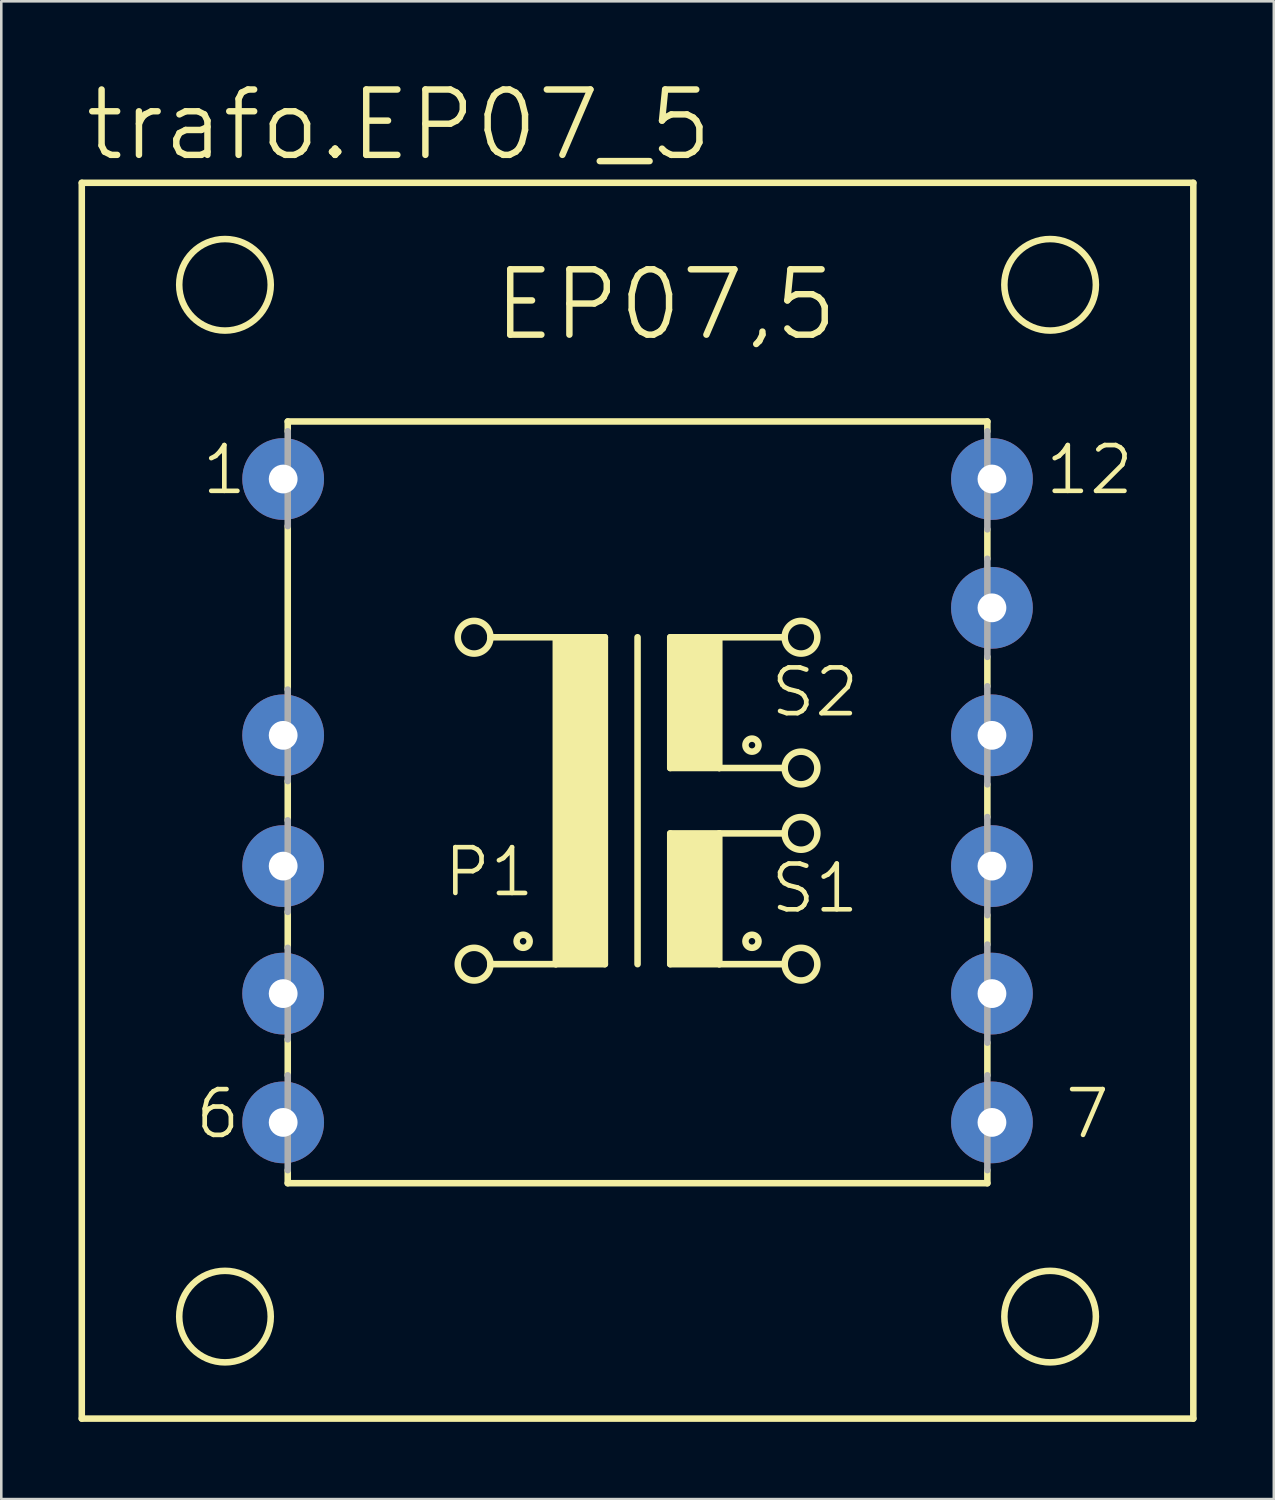
<source format=kicad_pcb>
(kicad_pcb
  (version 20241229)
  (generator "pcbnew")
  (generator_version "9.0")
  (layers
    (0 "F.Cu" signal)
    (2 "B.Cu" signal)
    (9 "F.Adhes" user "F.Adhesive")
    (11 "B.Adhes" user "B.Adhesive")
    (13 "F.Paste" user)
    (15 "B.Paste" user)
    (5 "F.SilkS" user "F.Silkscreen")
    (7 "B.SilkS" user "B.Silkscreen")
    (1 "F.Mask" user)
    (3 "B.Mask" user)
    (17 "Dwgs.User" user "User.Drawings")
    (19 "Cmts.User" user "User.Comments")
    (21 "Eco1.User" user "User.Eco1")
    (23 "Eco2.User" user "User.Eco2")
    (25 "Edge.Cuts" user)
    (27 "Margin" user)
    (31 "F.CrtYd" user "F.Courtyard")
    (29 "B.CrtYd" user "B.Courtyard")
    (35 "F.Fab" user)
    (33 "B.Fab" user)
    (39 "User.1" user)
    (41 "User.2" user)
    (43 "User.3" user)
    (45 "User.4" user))
  (footprint "trafo.EP07_5"
    (layer "F.Cu")
    (at 21.717 28.055)
    (property "Reference" "trafo.EP07_5" (at -21.59 -24.765 0) (layer "F.SilkS") (effects (font (size 2.54 2.54) (thickness 0.25)) (justify left bottom)))
    (attr through_hole)
    (fp_line (start -21.59 24.003) (end -21.59 -24.003) (stroke (width 0.254) (type default)) (layer "F.SilkS"))
    (fp_line (start -21.59 24.003) (end 21.59 24.003) (stroke (width 0.254) (type default)) (layer "F.SilkS"))
    (fp_line (start -13.589 -14.732) (end -13.589 -14.351) (stroke (width 0.254) (type default)) (layer "F.SilkS"))
    (fp_line (start -13.589 -14.732) (end 13.589 -14.732) (stroke (width 0.254) (type default)) (layer "F.SilkS"))
    (fp_line (start -13.589 -10.668) (end -13.589 -4.318) (stroke (width 0.254) (type default)) (layer "F.SilkS"))
    (fp_line (start -13.589 -0.762) (end -13.589 0.762) (stroke (width 0.254) (type default)) (layer "F.SilkS"))
    (fp_line (start -13.589 4.318) (end -13.589 5.715) (stroke (width 0.254) (type default)) (layer "F.SilkS"))
    (fp_line (start -13.589 9.271) (end -13.589 10.668) (stroke (width 0.254) (type default)) (layer "F.SilkS"))
    (fp_line (start -13.589 14.351) (end -13.589 14.859) (stroke (width 0.254) (type default)) (layer "F.SilkS"))
    (fp_line (start -5.715 -6.35) (end -3.175 -6.35) (stroke (width 0.254) (type default)) (layer "F.SilkS"))
    (fp_line (start -3.175 -6.35) (end -3.175 6.35) (stroke (width 0.254) (type default)) (layer "F.SilkS"))
    (fp_line (start -3.175 -6.35) (end -1.27 -6.35) (stroke (width 0.254) (type default)) (layer "F.SilkS"))
    (fp_line (start -3.175 6.35) (end -5.715 6.35) (stroke (width 0.254) (type default)) (layer "F.SilkS"))
    (fp_line (start -1.27 -6.35) (end -1.27 6.35) (stroke (width 0.254) (type default)) (layer "F.SilkS"))
    (fp_line (start -1.27 6.35) (end -3.175 6.35) (stroke (width 0.254) (type default)) (layer "F.SilkS"))
    (fp_line (start 0 -6.35) (end 0 6.35) (stroke (width 0.254) (type default)) (layer "F.SilkS"))
    (fp_line (start 1.27 -6.35) (end 1.27 -1.27) (stroke (width 0.254) (type default)) (layer "F.SilkS"))
    (fp_line (start 1.27 -6.35) (end 3.175 -6.35) (stroke (width 0.254) (type default)) (layer "F.SilkS"))
    (fp_line (start 1.27 -1.27) (end 3.175 -1.27) (stroke (width 0.254) (type default)) (layer "F.SilkS"))
    (fp_line (start 1.27 1.27) (end 1.27 6.35) (stroke (width 0.254) (type default)) (layer "F.SilkS"))
    (fp_line (start 1.27 1.27) (end 3.175 1.27) (stroke (width 0.254) (type default)) (layer "F.SilkS"))
    (fp_line (start 1.27 6.35) (end 3.175 6.35) (stroke (width 0.254) (type default)) (layer "F.SilkS"))
    (fp_line (start 3.175 -6.35) (end 5.715 -6.35) (stroke (width 0.254) (type default)) (layer "F.SilkS"))
    (fp_line (start 3.175 -1.27) (end 3.175 -6.35) (stroke (width 0.254) (type default)) (layer "F.SilkS"))
    (fp_line (start 3.175 -1.27) (end 5.715 -1.27) (stroke (width 0.254) (type default)) (layer "F.SilkS"))
    (fp_line (start 3.175 1.27) (end 5.715 1.27) (stroke (width 0.254) (type default)) (layer "F.SilkS"))
    (fp_line (start 3.175 6.35) (end 3.175 1.27) (stroke (width 0.254) (type default)) (layer "F.SilkS"))
    (fp_line (start 3.175 6.35) (end 5.715 6.35) (stroke (width 0.254) (type default)) (layer "F.SilkS"))
    (fp_line (start 13.589 -14.351) (end 13.589 -14.732) (stroke (width 0.254) (type default)) (layer "F.SilkS"))
    (fp_line (start 13.589 -9.398) (end 13.589 -10.541) (stroke (width 0.254) (type default)) (layer "F.SilkS"))
    (fp_line (start 13.589 -4.445) (end 13.589 -5.588) (stroke (width 0.254) (type default)) (layer "F.SilkS"))
    (fp_line (start 13.589 0.635) (end 13.589 -0.635) (stroke (width 0.254) (type default)) (layer "F.SilkS"))
    (fp_line (start 13.589 5.588) (end 13.589 4.445) (stroke (width 0.254) (type default)) (layer "F.SilkS"))
    (fp_line (start 13.589 10.668) (end 13.589 9.398) (stroke (width 0.254) (type default)) (layer "F.SilkS"))
    (fp_line (start 13.589 14.859) (end -13.589 14.859) (stroke (width 0.254) (type default)) (layer "F.SilkS"))
    (fp_line (start 13.589 14.859) (end 13.589 14.351) (stroke (width 0.254) (type default)) (layer "F.SilkS"))
    (fp_line (start 21.59 -24.003) (end -21.59 -24.003) (stroke (width 0.254) (type default)) (layer "F.SilkS"))
    (fp_line (start 21.59 -24.003) (end 21.59 24.003) (stroke (width 0.254) (type default)) (layer "F.SilkS"))
    (fp_rect (start -3.175 6.35) (end -1.27 -6.35) (stroke (width 0.05) (type default)) (fill yes) (layer "F.SilkS"))
    (fp_rect (start 1.27 -1.27) (end 3.175 -6.35) (stroke (width 0.05) (type default)) (fill yes) (layer "F.SilkS"))
    (fp_rect (start 1.27 6.35) (end 3.175 1.27) (stroke (width 0.05) (type default)) (fill yes) (layer "F.SilkS"))
    (fp_circle (center -16.027 -20.041) (end -14.249 -20.041) (stroke (width 0.254) (type default)) (fill no) (layer "F.SilkS"))
    (fp_circle (center -16.027 20.041) (end -14.249 20.041) (stroke (width 0.254) (type default)) (fill no) (layer "F.SilkS"))
    (fp_circle (center -6.35 -6.35) (end -5.715 -6.35) (stroke (width 0.254) (type default)) (fill no) (layer "F.SilkS"))
    (fp_circle (center -6.35 6.35) (end -5.715 6.35) (stroke (width 0.254) (type default)) (fill no) (layer "F.SilkS"))
    (fp_circle (center -4.445 5.461) (end -4.191 5.461) (stroke (width 0.254) (type default)) (fill no) (layer "F.SilkS"))
    (fp_circle (center 4.445 -2.159) (end 4.699 -2.159) (stroke (width 0.254) (type default)) (fill no) (layer "F.SilkS"))
    (fp_circle (center 4.445 5.461) (end 4.699 5.461) (stroke (width 0.254) (type default)) (fill no) (layer "F.SilkS"))
    (fp_circle (center 6.35 -6.35) (end 6.985 -6.35) (stroke (width 0.254) (type default)) (fill no) (layer "F.SilkS"))
    (fp_circle (center 6.35 -1.27) (end 6.985 -1.27) (stroke (width 0.254) (type default)) (fill no) (layer "F.SilkS"))
    (fp_circle (center 6.35 1.27) (end 6.985 1.27) (stroke (width 0.254) (type default)) (fill no) (layer "F.SilkS"))
    (fp_circle (center 6.35 6.35) (end 6.985 6.35) (stroke (width 0.254) (type default)) (fill no) (layer "F.SilkS"))
    (fp_circle (center 16.027 -20.041) (end 17.805 -20.041) (stroke (width 0.254) (type default)) (fill no) (layer "F.SilkS"))
    (fp_circle (center 16.027 20.041) (end 17.805 20.041) (stroke (width 0.254) (type default)) (fill no) (layer "F.SilkS"))
    (fp_line (start -13.589 -10.668) (end -13.589 -14.351) (stroke (width 0.254) (type default)) (layer "F.Fab"))
    (fp_line (start -13.589 -0.762) (end -13.589 -4.318) (stroke (width 0.254) (type default)) (layer "F.Fab"))
    (fp_line (start -13.589 4.318) (end -13.589 0.762) (stroke (width 0.254) (type default)) (layer "F.Fab"))
    (fp_line (start -13.589 9.271) (end -13.589 5.715) (stroke (width 0.254) (type default)) (layer "F.Fab"))
    (fp_line (start -13.589 14.351) (end -13.589 10.668) (stroke (width 0.254) (type default)) (layer "F.Fab"))
    (fp_line (start 13.589 -14.351) (end 13.589 -10.541) (stroke (width 0.254) (type default)) (layer "F.Fab"))
    (fp_line (start 13.589 -9.398) (end 13.589 -5.588) (stroke (width 0.254) (type default)) (layer "F.Fab"))
    (fp_line (start 13.589 -4.445) (end 13.589 -0.635) (stroke (width 0.254) (type default)) (layer "F.Fab"))
    (fp_line (start 13.589 0.635) (end 13.589 4.445) (stroke (width 0.254) (type default)) (layer "F.Fab"))
    (fp_line (start 13.589 5.588) (end 13.589 9.398) (stroke (width 0.254) (type default)) (layer "F.Fab"))
    (fp_line (start 13.589 10.668) (end 13.589 14.351) (stroke (width 0.254) (type default)) (layer "F.Fab"))
    (fp_text user "S1" (at 5.08 4.445 0) (layer "F.SilkS") (effects (font (size 1.778 1.778) (thickness 0.18)) (justify left bottom)))
    (fp_text user "S2" (at 5.08 -3.175 0) (layer "F.SilkS") (effects (font (size 1.778 1.778) (thickness 0.18)) (justify left bottom)))
    (fp_text user "6" (at -17.272 13.208 0) (layer "F.SilkS") (effects (font (size 1.778 1.778) (thickness 0.18)) (justify left bottom)))
    (fp_text user "7" (at 16.51 13.208 0) (layer "F.SilkS") (effects (font (size 1.778 1.778) (thickness 0.18)) (justify left bottom)))
    (fp_text user "P1" (at -7.62 3.81 0) (layer "F.SilkS") (effects (font (size 1.778 1.778) (thickness 0.18)) (justify left bottom)))
    (fp_text user "1" (at -17.018 -11.811 0) (layer "F.SilkS") (effects (font (size 1.778 1.778) (thickness 0.18)) (justify left bottom)))
    (fp_text user "EP07,5" (at -5.715 -17.78 0) (layer "F.SilkS") (effects (font (size 2.54 2.54) (thickness 0.25)) (justify left bottom)))
    (fp_text user "12" (at 15.748 -11.811 0) (layer "F.SilkS") (effects (font (size 1.778 1.778) (thickness 0.18)) (justify left bottom)))
    (pad "1" thru_hole circle (at -13.767 -12.497) (size 3.175 3.175) (drill 1.118) (layers "*.Cu" "*.Mask"))
    (pad "3" thru_hole circle (at -13.767 -2.54) (size 3.175 3.175) (drill 1.118) (layers "*.Cu" "*.Mask"))
    (pad "4" thru_hole circle (at -13.767 2.54) (size 3.175 3.175) (drill 1.118) (layers "*.Cu" "*.Mask"))
    (pad "5" thru_hole circle (at -13.767 7.493) (size 3.175 3.175) (drill 1.118) (layers "*.Cu" "*.Mask"))
    (pad "6" thru_hole circle (at -13.767 12.497) (size 3.175 3.175) (drill 1.118) (layers "*.Cu" "*.Mask"))
    (pad "7" thru_hole circle (at 13.767 12.497) (size 3.175 3.175) (drill 1.118) (layers "*.Cu" "*.Mask"))
    (pad "8" thru_hole circle (at 13.767 7.493) (size 3.175 3.175) (drill 1.118) (layers "*.Cu" "*.Mask"))
    (pad "9" thru_hole circle (at 13.767 2.54) (size 3.175 3.175) (drill 1.118) (layers "*.Cu" "*.Mask"))
    (pad "10" thru_hole circle (at 13.767 -2.54) (size 3.175 3.175) (drill 1.118) (layers "*.Cu" "*.Mask"))
    (pad "11" thru_hole circle (at 13.767 -7.493) (size 3.175 3.175) (drill 1.118) (layers "*.Cu" "*.Mask"))
    (pad "12" thru_hole circle (at 13.767 -12.497) (size 3.175 3.175) (drill 1.118) (layers "*.Cu" "*.Mask")))
  (gr_rect
    (start -3 -3)
    (end 46.434 55.185)
    (stroke (width 0.1) (type default))
    (fill no)
    (layer "Edge.Cuts")))
</source>
